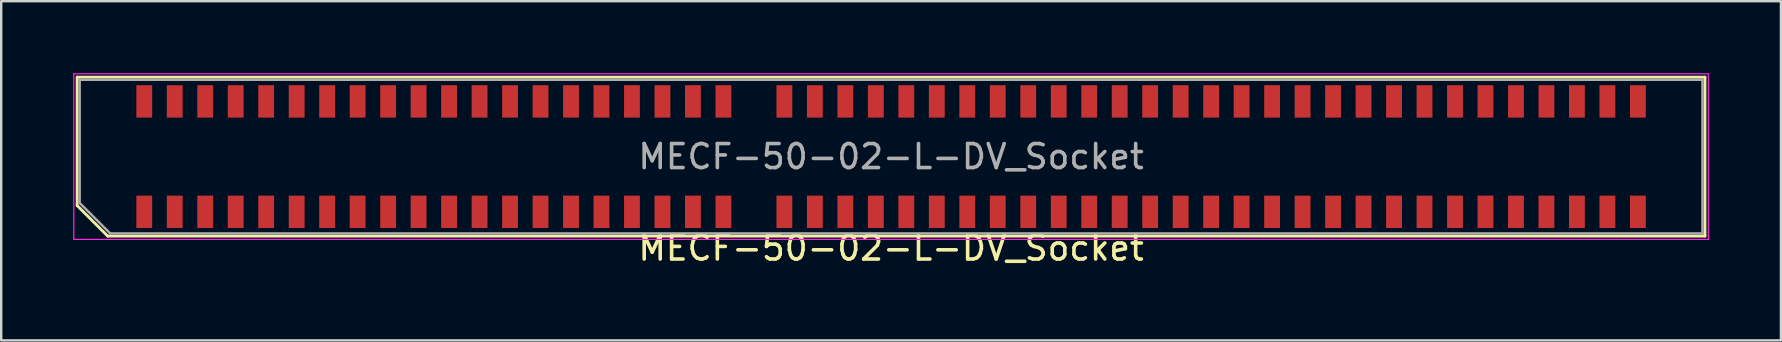
<source format=kicad_pcb>
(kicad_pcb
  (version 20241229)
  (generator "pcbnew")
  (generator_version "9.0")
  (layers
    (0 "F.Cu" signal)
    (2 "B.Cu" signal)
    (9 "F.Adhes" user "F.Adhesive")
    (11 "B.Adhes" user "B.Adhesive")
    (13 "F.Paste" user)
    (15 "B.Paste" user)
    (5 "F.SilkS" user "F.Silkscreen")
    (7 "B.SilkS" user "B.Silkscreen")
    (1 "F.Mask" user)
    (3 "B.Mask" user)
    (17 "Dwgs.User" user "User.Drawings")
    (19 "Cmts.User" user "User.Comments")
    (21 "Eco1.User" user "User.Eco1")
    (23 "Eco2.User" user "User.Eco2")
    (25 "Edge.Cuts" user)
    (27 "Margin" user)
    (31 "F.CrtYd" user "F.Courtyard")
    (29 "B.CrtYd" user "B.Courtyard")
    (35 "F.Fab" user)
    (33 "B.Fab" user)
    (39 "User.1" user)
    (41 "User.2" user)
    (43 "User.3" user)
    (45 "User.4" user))
  (footprint "MECF-50-02-L-DV_Socket"
    (layer "F.Cu")
    (at 34.075 3.475)
    (property "Reference" "MECF-50-02-L-DV_Socket" (at 0 3.81 0) (layer "F.SilkS") (effects (font (size 1 1) (thickness 0.15))))
    (attr smd)
    (fp_line (start -33.91 -3.31) (end 33.91 -3.31) (stroke (width 0.12) (type solid)) (layer "F.SilkS"))
    (fp_line (start -33.91 2.04) (end -33.91 -3.31) (stroke (width 0.12) (type solid)) (layer "F.SilkS"))
    (fp_line (start -32.64 3.31) (end -33.91 2.04) (stroke (width 0.12) (type solid)) (layer "F.SilkS"))
    (fp_line (start -32.64 3.31) (end 33.91 3.31) (stroke (width 0.12) (type solid)) (layer "F.SilkS"))
    (fp_line (start 33.91 3.31) (end 33.91 -3.31) (stroke (width 0.12) (type solid)) (layer "F.SilkS"))
    (fp_line (start -34.05 -3.45) (end -34.05 3.45) (stroke (width 0.05) (type solid)) (layer "F.CrtYd"))
    (fp_line (start -34.05 3.45) (end 34.05 3.45) (stroke (width 0.05) (type solid)) (layer "F.CrtYd"))
    (fp_line (start 34.05 -3.45) (end -34.05 -3.45) (stroke (width 0.05) (type solid)) (layer "F.CrtYd"))
    (fp_line (start 34.05 3.45) (end 34.05 -3.45) (stroke (width 0.05) (type solid)) (layer "F.CrtYd"))
    (fp_line (start -33.805 -3.2) (end 33.805 -3.2) (stroke (width 0.1) (type solid)) (layer "F.Fab"))
    (fp_line (start -33.805 1.93) (end -33.805 -3.2) (stroke (width 0.1) (type solid)) (layer "F.Fab"))
    (fp_line (start -33.805 1.93) (end -32.535 3.2) (stroke (width 0.1) (type solid)) (layer "F.Fab"))
    (fp_line (start -32.535 3.2) (end 33.805 3.2) (stroke (width 0.1) (type solid)) (layer "F.Fab"))
    (fp_line (start 33.805 3.2) (end 33.805 -3.2) (stroke (width 0.1) (type solid)) (layer "F.Fab"))
    (fp_text user "${REFERENCE}" (at 0 0 0) (layer "F.Fab") (effects (font (size 1 1) (thickness 0.15))))
    (pad "" np_thru_hole circle (at -32.895 0) (size 0.001 0.001) (drill 1.45) (layers "*.Cu" "*.Mask"))
    (pad "" np_thru_hole circle (at 32.895 1) (size 0.001 0.001) (drill 1.45) (layers "*.Cu" "*.Mask"))
    (pad "1" smd rect (at -31.115 2.3) (size 0.66 1.35) (layers "F.Cu" "F.Mask" "F.Paste"))
    (pad "2" smd rect (at -31.115 -2.3) (size 0.66 1.35) (layers "F.Cu" "F.Mask" "F.Paste"))
    (pad "3" smd rect (at -29.845 2.3) (size 0.66 1.35) (layers "F.Cu" "F.Mask" "F.Paste"))
    (pad "4" smd rect (at -29.845 -2.3) (size 0.66 1.35) (layers "F.Cu" "F.Mask" "F.Paste"))
    (pad "5" smd rect (at -28.575 2.3) (size 0.66 1.35) (layers "F.Cu" "F.Mask" "F.Paste"))
    (pad "6" smd rect (at -28.575 -2.3) (size 0.66 1.35) (layers "F.Cu" "F.Mask" "F.Paste"))
    (pad "7" smd rect (at -27.305 2.3) (size 0.66 1.35) (layers "F.Cu" "F.Mask" "F.Paste"))
    (pad "8" smd rect (at -27.305 -2.3) (size 0.66 1.35) (layers "F.Cu" "F.Mask" "F.Paste"))
    (pad "9" smd rect (at -26.035 2.3) (size 0.66 1.35) (layers "F.Cu" "F.Mask" "F.Paste"))
    (pad "10" smd rect (at -26.035 -2.3) (size 0.66 1.35) (layers "F.Cu" "F.Mask" "F.Paste"))
    (pad "11" smd rect (at -24.765 2.3) (size 0.66 1.35) (layers "F.Cu" "F.Mask" "F.Paste"))
    (pad "12" smd rect (at -24.765 -2.3) (size 0.66 1.35) (layers "F.Cu" "F.Mask" "F.Paste"))
    (pad "13" smd rect (at -23.495 2.3) (size 0.66 1.35) (layers "F.Cu" "F.Mask" "F.Paste"))
    (pad "14" smd rect (at -23.495 -2.3) (size 0.66 1.35) (layers "F.Cu" "F.Mask" "F.Paste"))
    (pad "15" smd rect (at -22.225 2.3) (size 0.66 1.35) (layers "F.Cu" "F.Mask" "F.Paste"))
    (pad "16" smd rect (at -22.225 -2.3) (size 0.66 1.35) (layers "F.Cu" "F.Mask" "F.Paste"))
    (pad "17" smd rect (at -20.955 2.3) (size 0.66 1.35) (layers "F.Cu" "F.Mask" "F.Paste"))
    (pad "18" smd rect (at -20.955 -2.3) (size 0.66 1.35) (layers "F.Cu" "F.Mask" "F.Paste"))
    (pad "19" smd rect (at -19.685 2.3) (size 0.66 1.35) (layers "F.Cu" "F.Mask" "F.Paste"))
    (pad "20" smd rect (at -19.685 -2.3) (size 0.66 1.35) (layers "F.Cu" "F.Mask" "F.Paste"))
    (pad "21" smd rect (at -18.415 2.3) (size 0.66 1.35) (layers "F.Cu" "F.Mask" "F.Paste"))
    (pad "22" smd rect (at -18.415 -2.3) (size 0.66 1.35) (layers "F.Cu" "F.Mask" "F.Paste"))
    (pad "23" smd rect (at -17.145 2.3) (size 0.66 1.35) (layers "F.Cu" "F.Mask" "F.Paste"))
    (pad "24" smd rect (at -17.145 -2.3) (size 0.66 1.35) (layers "F.Cu" "F.Mask" "F.Paste"))
    (pad "25" smd rect (at -15.875 2.3) (size 0.66 1.35) (layers "F.Cu" "F.Mask" "F.Paste"))
    (pad "26" smd rect (at -15.875 -2.3) (size 0.66 1.35) (layers "F.Cu" "F.Mask" "F.Paste"))
    (pad "27" smd rect (at -14.605 2.3) (size 0.66 1.35) (layers "F.Cu" "F.Mask" "F.Paste"))
    (pad "28" smd rect (at -14.605 -2.3) (size 0.66 1.35) (layers "F.Cu" "F.Mask" "F.Paste"))
    (pad "29" smd rect (at -13.335 2.3) (size 0.66 1.35) (layers "F.Cu" "F.Mask" "F.Paste"))
    (pad "30" smd rect (at -13.335 -2.3) (size 0.66 1.35) (layers "F.Cu" "F.Mask" "F.Paste"))
    (pad "31" smd rect (at -12.065 2.3) (size 0.66 1.35) (layers "F.Cu" "F.Mask" "F.Paste"))
    (pad "32" smd rect (at -12.065 -2.3) (size 0.66 1.35) (layers "F.Cu" "F.Mask" "F.Paste"))
    (pad "33" smd rect (at -10.795 2.3) (size 0.66 1.35) (layers "F.Cu" "F.Mask" "F.Paste"))
    (pad "34" smd rect (at -10.795 -2.3) (size 0.66 1.35) (layers "F.Cu" "F.Mask" "F.Paste"))
    (pad "35" smd rect (at -9.525 2.3) (size 0.66 1.35) (layers "F.Cu" "F.Mask" "F.Paste"))
    (pad "36" smd rect (at -9.525 -2.3) (size 0.66 1.35) (layers "F.Cu" "F.Mask" "F.Paste"))
    (pad "37" smd rect (at -8.255 2.3) (size 0.66 1.35) (layers "F.Cu" "F.Mask" "F.Paste"))
    (pad "38" smd rect (at -8.255 -2.3) (size 0.66 1.35) (layers "F.Cu" "F.Mask" "F.Paste"))
    (pad "39" smd rect (at -6.985 2.3) (size 0.66 1.35) (layers "F.Cu" "F.Mask" "F.Paste"))
    (pad "40" smd rect (at -6.985 -2.3) (size 0.66 1.35) (layers "F.Cu" "F.Mask" "F.Paste"))
    (pad "43" smd rect (at -4.445 2.3) (size 0.66 1.35) (layers "F.Cu" "F.Mask" "F.Paste"))
    (pad "44" smd rect (at -4.445 -2.3) (size 0.66 1.35) (layers "F.Cu" "F.Mask" "F.Paste"))
    (pad "45" smd rect (at -3.175 2.3) (size 0.66 1.35) (layers "F.Cu" "F.Mask" "F.Paste"))
    (pad "46" smd rect (at -3.175 -2.3) (size 0.66 1.35) (layers "F.Cu" "F.Mask" "F.Paste"))
    (pad "47" smd rect (at -1.905 2.3) (size 0.66 1.35) (layers "F.Cu" "F.Mask" "F.Paste"))
    (pad "48" smd rect (at -1.905 -2.3) (size 0.66 1.35) (layers "F.Cu" "F.Mask" "F.Paste"))
    (pad "49" smd rect (at -0.635 2.3) (size 0.66 1.35) (layers "F.Cu" "F.Mask" "F.Paste"))
    (pad "50" smd rect (at -0.635 -2.3) (size 0.66 1.35) (layers "F.Cu" "F.Mask" "F.Paste"))
    (pad "51" smd rect (at 0.635 2.3) (size 0.66 1.35) (layers "F.Cu" "F.Mask" "F.Paste"))
    (pad "52" smd rect (at 0.635 -2.3) (size 0.66 1.35) (layers "F.Cu" "F.Mask" "F.Paste"))
    (pad "53" smd rect (at 1.905 2.3) (size 0.66 1.35) (layers "F.Cu" "F.Mask" "F.Paste"))
    (pad "54" smd rect (at 1.905 -2.3) (size 0.66 1.35) (layers "F.Cu" "F.Mask" "F.Paste"))
    (pad "55" smd rect (at 3.175 2.3) (size 0.66 1.35) (layers "F.Cu" "F.Mask" "F.Paste"))
    (pad "56" smd rect (at 3.175 -2.3) (size 0.66 1.35) (layers "F.Cu" "F.Mask" "F.Paste"))
    (pad "57" smd rect (at 4.445 2.3) (size 0.66 1.35) (layers "F.Cu" "F.Mask" "F.Paste"))
    (pad "58" smd rect (at 4.445 -2.3) (size 0.66 1.35) (layers "F.Cu" "F.Mask" "F.Paste"))
    (pad "59" smd rect (at 5.715 2.3) (size 0.66 1.35) (layers "F.Cu" "F.Mask" "F.Paste"))
    (pad "60" smd rect (at 5.715 -2.3) (size 0.66 1.35) (layers "F.Cu" "F.Mask" "F.Paste"))
    (pad "61" smd rect (at 6.985 2.3) (size 0.66 1.35) (layers "F.Cu" "F.Mask" "F.Paste"))
    (pad "62" smd rect (at 6.985 -2.3) (size 0.66 1.35) (layers "F.Cu" "F.Mask" "F.Paste"))
    (pad "63" smd rect (at 8.255 2.3) (size 0.66 1.35) (layers "F.Cu" "F.Mask" "F.Paste"))
    (pad "64" smd rect (at 8.255 -2.3) (size 0.66 1.35) (layers "F.Cu" "F.Mask" "F.Paste"))
    (pad "65" smd rect (at 9.525 2.3) (size 0.66 1.35) (layers "F.Cu" "F.Mask" "F.Paste"))
    (pad "66" smd rect (at 9.525 -2.3) (size 0.66 1.35) (layers "F.Cu" "F.Mask" "F.Paste"))
    (pad "67" smd rect (at 10.795 2.3) (size 0.66 1.35) (layers "F.Cu" "F.Mask" "F.Paste"))
    (pad "68" smd rect (at 10.795 -2.3) (size 0.66 1.35) (layers "F.Cu" "F.Mask" "F.Paste"))
    (pad "69" smd rect (at 12.065 2.3) (size 0.66 1.35) (layers "F.Cu" "F.Mask" "F.Paste"))
    (pad "70" smd rect (at 12.065 -2.3) (size 0.66 1.35) (layers "F.Cu" "F.Mask" "F.Paste"))
    (pad "71" smd rect (at 13.335 2.3) (size 0.66 1.35) (layers "F.Cu" "F.Mask" "F.Paste"))
    (pad "72" smd rect (at 13.335 -2.3) (size 0.66 1.35) (layers "F.Cu" "F.Mask" "F.Paste"))
    (pad "73" smd rect (at 14.605 2.3) (size 0.66 1.35) (layers "F.Cu" "F.Mask" "F.Paste"))
    (pad "74" smd rect (at 14.605 -2.3) (size 0.66 1.35) (layers "F.Cu" "F.Mask" "F.Paste"))
    (pad "75" smd rect (at 15.875 2.3) (size 0.66 1.35) (layers "F.Cu" "F.Mask" "F.Paste"))
    (pad "76" smd rect (at 15.875 -2.3) (size 0.66 1.35) (layers "F.Cu" "F.Mask" "F.Paste"))
    (pad "77" smd rect (at 17.145 2.3) (size 0.66 1.35) (layers "F.Cu" "F.Mask" "F.Paste"))
    (pad "78" smd rect (at 17.145 -2.3) (size 0.66 1.35) (layers "F.Cu" "F.Mask" "F.Paste"))
    (pad "79" smd rect (at 18.415 2.3) (size 0.66 1.35) (layers "F.Cu" "F.Mask" "F.Paste"))
    (pad "80" smd rect (at 18.415 -2.3) (size 0.66 1.35) (layers "F.Cu" "F.Mask" "F.Paste"))
    (pad "81" smd rect (at 19.685 2.3) (size 0.66 1.35) (layers "F.Cu" "F.Mask" "F.Paste"))
    (pad "82" smd rect (at 19.685 -2.3) (size 0.66 1.35) (layers "F.Cu" "F.Mask" "F.Paste"))
    (pad "83" smd rect (at 20.955 2.3) (size 0.66 1.35) (layers "F.Cu" "F.Mask" "F.Paste"))
    (pad "84" smd rect (at 20.955 -2.3) (size 0.66 1.35) (layers "F.Cu" "F.Mask" "F.Paste"))
    (pad "85" smd rect (at 22.225 2.3) (size 0.66 1.35) (layers "F.Cu" "F.Mask" "F.Paste"))
    (pad "86" smd rect (at 22.225 -2.3) (size 0.66 1.35) (layers "F.Cu" "F.Mask" "F.Paste"))
    (pad "87" smd rect (at 23.495 2.3) (size 0.66 1.35) (layers "F.Cu" "F.Mask" "F.Paste"))
    (pad "88" smd rect (at 23.495 -2.3) (size 0.66 1.35) (layers "F.Cu" "F.Mask" "F.Paste"))
    (pad "89" smd rect (at 24.765 2.3) (size 0.66 1.35) (layers "F.Cu" "F.Mask" "F.Paste"))
    (pad "90" smd rect (at 24.765 -2.3) (size 0.66 1.35) (layers "F.Cu" "F.Mask" "F.Paste"))
    (pad "91" smd rect (at 26.035 2.3) (size 0.66 1.35) (layers "F.Cu" "F.Mask" "F.Paste"))
    (pad "92" smd rect (at 26.035 -2.3) (size 0.66 1.35) (layers "F.Cu" "F.Mask" "F.Paste"))
    (pad "93" smd rect (at 27.305 2.3) (size 0.66 1.35) (layers "F.Cu" "F.Mask" "F.Paste"))
    (pad "94" smd rect (at 27.305 -2.3) (size 0.66 1.35) (layers "F.Cu" "F.Mask" "F.Paste"))
    (pad "95" smd rect (at 28.575 2.3) (size 0.66 1.35) (layers "F.Cu" "F.Mask" "F.Paste"))
    (pad "96" smd rect (at 28.575 -2.3) (size 0.66 1.35) (layers "F.Cu" "F.Mask" "F.Paste"))
    (pad "97" smd rect (at 29.845 2.3) (size 0.66 1.35) (layers "F.Cu" "F.Mask" "F.Paste"))
    (pad "98" smd rect (at 29.845 -2.3) (size 0.66 1.35) (layers "F.Cu" "F.Mask" "F.Paste"))
    (pad "99" smd rect (at 31.115 2.3) (size 0.66 1.35) (layers "F.Cu" "F.Mask" "F.Paste"))
    (pad "100" smd rect (at 31.115 -2.3) (size 0.66 1.35) (layers "F.Cu" "F.Mask" "F.Paste")))
  (gr_rect
    (start -3 -3)
    (end 71.15 11.133)
    (stroke (width 0.1) (type default))
    (fill no)
    (layer "Edge.Cuts")))
</source>
